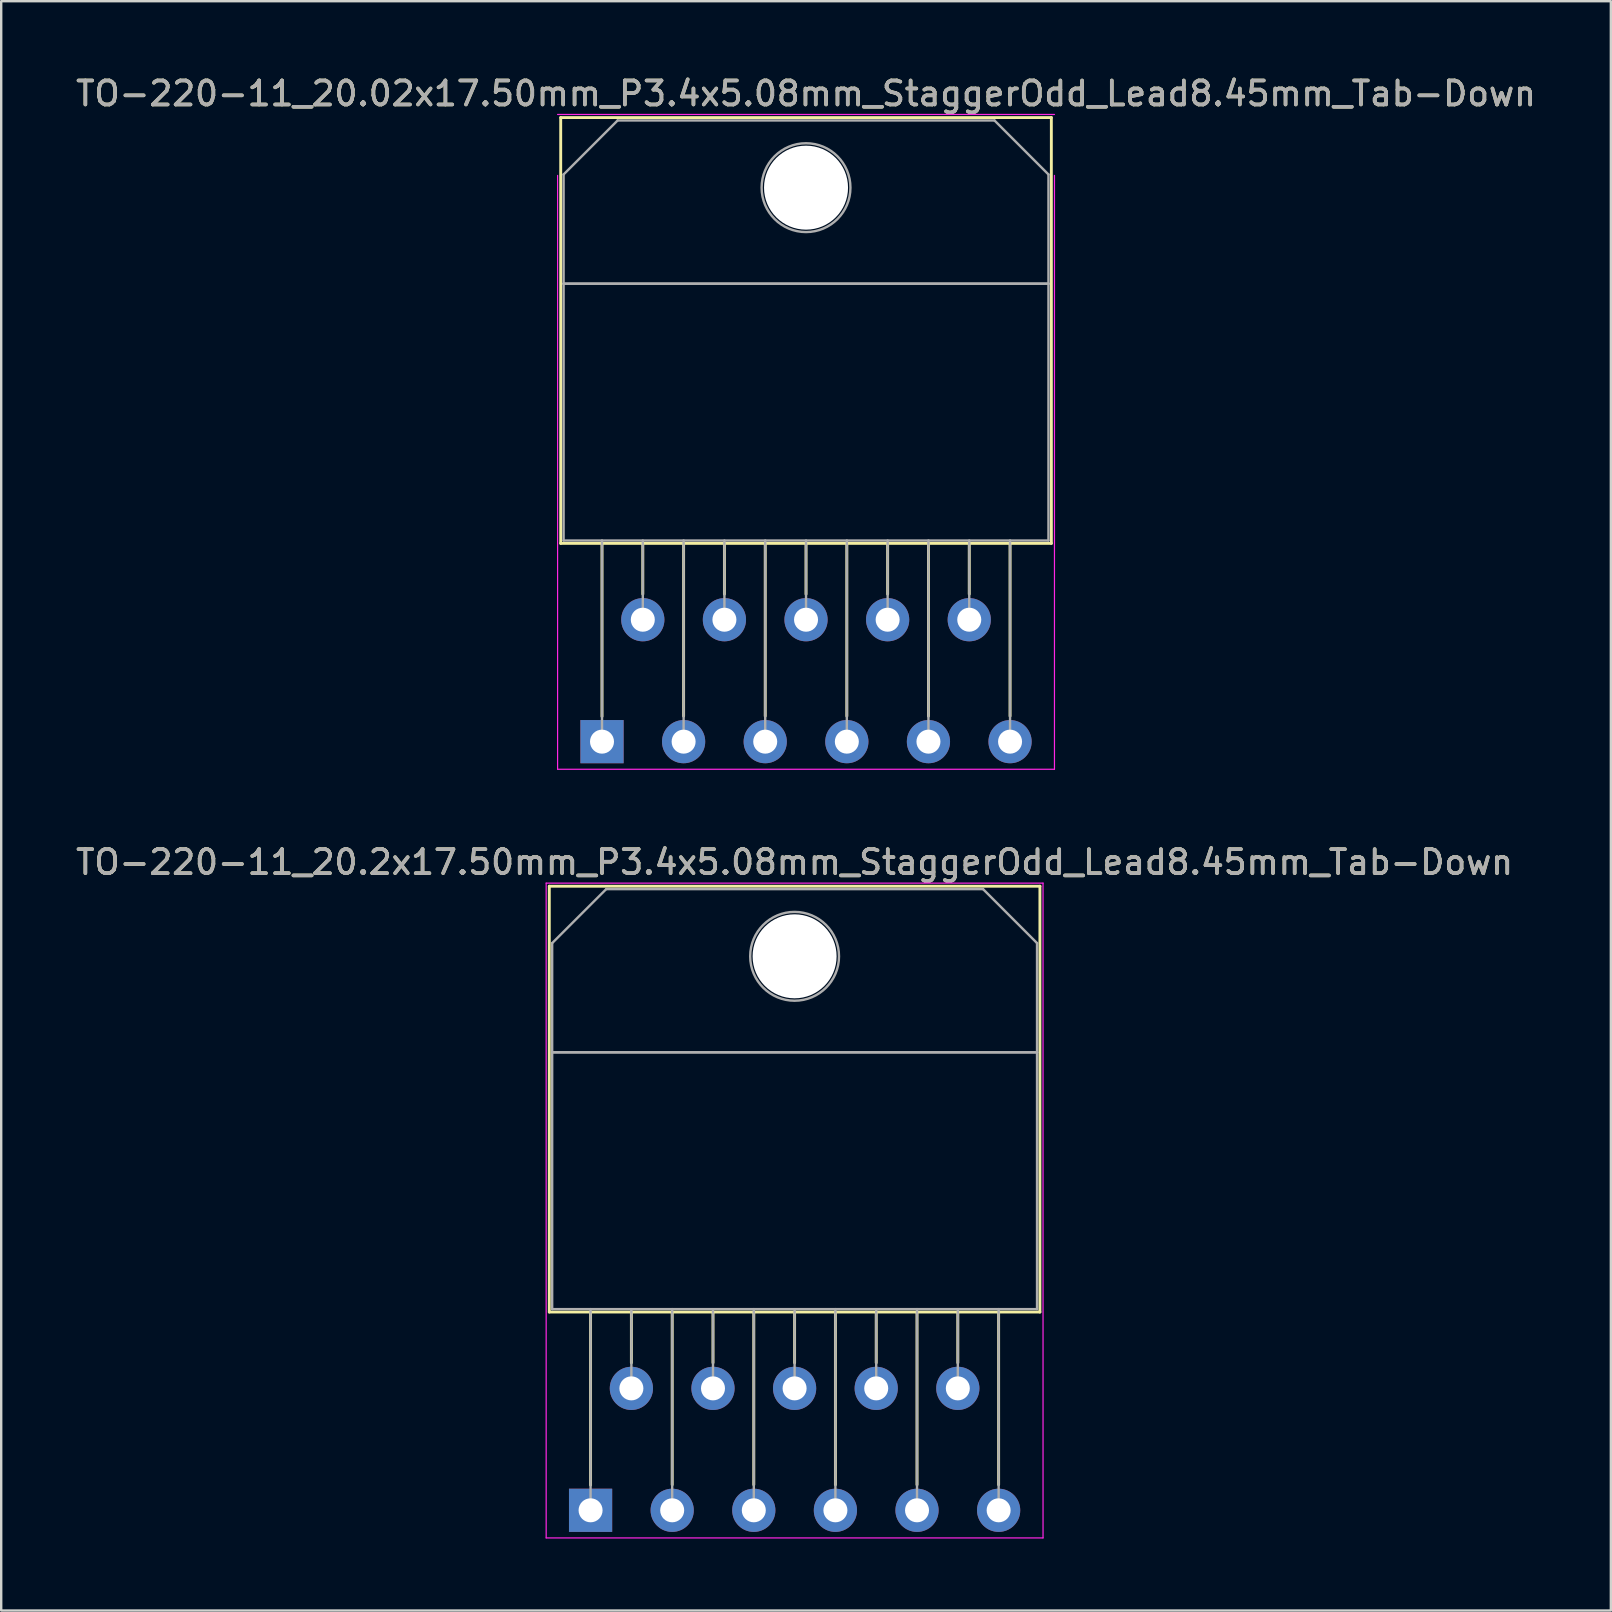
<source format=kicad_pcb>
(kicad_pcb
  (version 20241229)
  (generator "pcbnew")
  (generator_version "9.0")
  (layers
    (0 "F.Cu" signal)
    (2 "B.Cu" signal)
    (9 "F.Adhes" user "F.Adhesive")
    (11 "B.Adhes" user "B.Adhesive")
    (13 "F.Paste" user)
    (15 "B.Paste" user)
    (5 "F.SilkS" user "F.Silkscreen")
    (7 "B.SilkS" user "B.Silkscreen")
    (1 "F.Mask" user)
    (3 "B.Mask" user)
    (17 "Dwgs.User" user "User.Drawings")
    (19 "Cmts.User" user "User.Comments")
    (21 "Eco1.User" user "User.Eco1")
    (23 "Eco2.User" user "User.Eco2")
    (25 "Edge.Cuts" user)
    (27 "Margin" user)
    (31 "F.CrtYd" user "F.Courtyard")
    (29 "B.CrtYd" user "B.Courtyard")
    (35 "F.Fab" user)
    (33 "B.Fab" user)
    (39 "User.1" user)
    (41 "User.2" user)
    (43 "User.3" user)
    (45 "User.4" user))
  (footprint "TO-220-11_20.02x17.50mm_P3.4x5.08mm_StaggerOdd_Lead8.45mm_Tab-Down"
    (layer "F.Cu")
    (at 22.03 27.848)
    (property "Reference" "TO-220-11_20.02x17.50mm_P3.4x5.08mm_StaggerOdd_Lead8.45mm_Tab-Down" (at 8.5 -27 0) (layer "F.SilkS") (effects (font (size 1 1) (thickness 0.15))))
    (attr through_hole)
    (fp_line (start -1.72 -26) (end -1.72 -8.26) (stroke (width 0.12) (type solid)) (layer "F.SilkS"))
    (fp_line (start -1.72 -26) (end 18.72 -26) (stroke (width 0.12) (type solid)) (layer "F.SilkS"))
    (fp_line (start -1.72 -8.26) (end 18.72 -8.26) (stroke (width 0.12) (type solid)) (layer "F.SilkS"))
    (fp_line (start 0 -8.255) (end 0 -1.05) (stroke (width 0.12) (type solid)) (layer "F.SilkS"))
    (fp_line (start 1.7 -8.26) (end 1.7 -6.146) (stroke (width 0.12) (type solid)) (layer "F.SilkS"))
    (fp_line (start 3.4 -8.255) (end 3.4 -1.065) (stroke (width 0.12) (type solid)) (layer "F.SilkS"))
    (fp_line (start 5.1 -8.26) (end 5.1 -6.146) (stroke (width 0.12) (type solid)) (layer "F.SilkS"))
    (fp_line (start 6.8 -8.255) (end 6.8 -1.065) (stroke (width 0.12) (type solid)) (layer "F.SilkS"))
    (fp_line (start 8.5 -8.26) (end 8.5 -6.146) (stroke (width 0.12) (type solid)) (layer "F.SilkS"))
    (fp_line (start 10.2 -8.255) (end 10.2 -1.065) (stroke (width 0.12) (type solid)) (layer "F.SilkS"))
    (fp_line (start 11.9 -8.26) (end 11.9 -6.146) (stroke (width 0.12) (type solid)) (layer "F.SilkS"))
    (fp_line (start 13.6 -8.255) (end 13.6 -1.065) (stroke (width 0.12) (type solid)) (layer "F.SilkS"))
    (fp_line (start 15.3 -8.26) (end 15.3 -6.146) (stroke (width 0.12) (type solid)) (layer "F.SilkS"))
    (fp_line (start 17 -8.255) (end 17 -1.065) (stroke (width 0.12) (type solid)) (layer "F.SilkS"))
    (fp_line (start 18.72 -26) (end 18.72 -8.26) (stroke (width 0.12) (type solid)) (layer "F.SilkS"))
    (fp_line (start -1.85 -23.59) (end -1.85 1.15) (stroke (width 0.05) (type solid)) (layer "F.CrtYd"))
    (fp_line (start -1.85 1.15) (end 18.85 1.15) (stroke (width 0.05) (type solid)) (layer "F.CrtYd"))
    (fp_line (start 18.85 -26.13) (end -1.85 -26.13) (stroke (width 0.05) (type solid)) (layer "F.CrtYd"))
    (fp_line (start 18.85 1.15) (end 18.85 -23.59) (stroke (width 0.05) (type solid)) (layer "F.CrtYd"))
    (fp_line (start -1.6 -23.63) (end 0.651 -25.88) (stroke (width 0.1) (type solid)) (layer "F.Fab"))
    (fp_line (start -1.6 -19.08) (end -1.6 -23.63) (stroke (width 0.1) (type solid)) (layer "F.Fab"))
    (fp_line (start -1.6 -19.08) (end 18.6 -19.08) (stroke (width 0.1) (type solid)) (layer "F.Fab"))
    (fp_line (start -1.6 -8.38) (end -1.6 -19.08) (stroke (width 0.1) (type solid)) (layer "F.Fab"))
    (fp_line (start 0 -8.382) (end 0 0) (stroke (width 0.1) (type solid)) (layer "F.Fab"))
    (fp_line (start 0.651 -25.88) (end 16.351 -25.88) (stroke (width 0.1) (type solid)) (layer "F.Fab"))
    (fp_line (start 1.7 -8.38) (end 1.7 -5.08) (stroke (width 0.1) (type solid)) (layer "F.Fab"))
    (fp_line (start 3.4 -8.382) (end 3.4 0) (stroke (width 0.1) (type solid)) (layer "F.Fab"))
    (fp_line (start 5.1 -8.38) (end 5.1 -5.08) (stroke (width 0.1) (type solid)) (layer "F.Fab"))
    (fp_line (start 6.8 -8.382) (end 6.8 0) (stroke (width 0.1) (type solid)) (layer "F.Fab"))
    (fp_line (start 8.5 -8.38) (end 8.5 -5.08) (stroke (width 0.1) (type solid)) (layer "F.Fab"))
    (fp_line (start 10.2 -8.382) (end 10.2 0) (stroke (width 0.1) (type solid)) (layer "F.Fab"))
    (fp_line (start 11.9 -8.38) (end 11.9 -5.08) (stroke (width 0.1) (type solid)) (layer "F.Fab"))
    (fp_line (start 13.6 -8.382) (end 13.6 0) (stroke (width 0.1) (type solid)) (layer "F.Fab"))
    (fp_line (start 15.3 -8.38) (end 15.3 -5.08) (stroke (width 0.1) (type solid)) (layer "F.Fab"))
    (fp_line (start 16.351 -25.88) (end 18.6 -23.63) (stroke (width 0.1) (type solid)) (layer "F.Fab"))
    (fp_line (start 17 -8.382) (end 17 0) (stroke (width 0.1) (type solid)) (layer "F.Fab"))
    (fp_line (start 18.6 -23.63) (end 18.6 -19.08) (stroke (width 0.1) (type solid)) (layer "F.Fab"))
    (fp_line (start 18.6 -19.08) (end -1.6 -19.08) (stroke (width 0.1) (type solid)) (layer "F.Fab"))
    (fp_line (start 18.6 -19.08) (end 18.6 -8.38) (stroke (width 0.1) (type solid)) (layer "F.Fab"))
    (fp_line (start 18.6 -8.38) (end -1.6 -8.38) (stroke (width 0.1) (type solid)) (layer "F.Fab"))
    (fp_circle (center 8.5 -23.08) (end 10.35 -23.08) (stroke (width 0.1) (type solid)) (fill no) (layer "F.Fab"))
    (fp_text user "${REFERENCE}" (at 8.5 -27 0) (layer "F.Fab") (effects (font (size 1 1) (thickness 0.15))))
    (pad "" np_thru_hole oval (at 8.5 -23.08) (size 3.5 3.5) (drill 3.5) (layers "*.Cu" "*.Mask"))
    (pad "1" thru_hole rect (at 0 0) (size 1.8 1.8) (drill 1) (layers "*.Cu" "*.Mask"))
    (pad "2" thru_hole oval (at 1.7 -5.08) (size 1.8 1.8) (drill 1) (layers "*.Cu" "*.Mask"))
    (pad "3" thru_hole oval (at 3.4 0) (size 1.8 1.8) (drill 1) (layers "*.Cu" "*.Mask"))
    (pad "4" thru_hole oval (at 5.1 -5.08) (size 1.8 1.8) (drill 1) (layers "*.Cu" "*.Mask"))
    (pad "5" thru_hole oval (at 6.8 0) (size 1.8 1.8) (drill 1) (layers "*.Cu" "*.Mask"))
    (pad "6" thru_hole oval (at 8.5 -5.08) (size 1.8 1.8) (drill 1) (layers "*.Cu" "*.Mask"))
    (pad "7" thru_hole oval (at 10.2 0) (size 1.8 1.8) (drill 1) (layers "*.Cu" "*.Mask"))
    (pad "8" thru_hole oval (at 11.9 -5.08) (size 1.8 1.8) (drill 1) (layers "*.Cu" "*.Mask"))
    (pad "9" thru_hole oval (at 13.6 0) (size 1.8 1.8) (drill 1) (layers "*.Cu" "*.Mask"))
    (pad "10" thru_hole oval (at 15.3 -5.08) (size 1.8 1.8) (drill 1) (layers "*.Cu" "*.Mask"))
    (pad "11" thru_hole oval (at 17 0) (size 1.8 1.8) (drill 1) (layers "*.Cu" "*.Mask")))
  (footprint "TO-220-11_20.2x17.50mm_P3.4x5.08mm_StaggerOdd_Lead8.45mm_Tab-Down"
    (layer "F.Cu")
    (at 21.554 59.871)
    (property "Reference" "TO-220-11_20.2x17.50mm_P3.4x5.08mm_StaggerOdd_Lead8.45mm_Tab-Down" (at 8.5 -27 0) (layer "F.SilkS") (effects (font (size 1 1) (thickness 0.15))))
    (attr through_hole)
    (fp_line (start -1.72 -26) (end -1.72 -8.26) (stroke (width 0.12) (type solid)) (layer "F.SilkS"))
    (fp_line (start -1.72 -26) (end 18.72 -26) (stroke (width 0.12) (type solid)) (layer "F.SilkS"))
    (fp_line (start -1.72 -8.26) (end 18.72 -8.26) (stroke (width 0.12) (type solid)) (layer "F.SilkS"))
    (fp_line (start 0 -8.255) (end 0 -1.05) (stroke (width 0.12) (type solid)) (layer "F.SilkS"))
    (fp_line (start 1.7 -8.26) (end 1.7 -6.146) (stroke (width 0.12) (type solid)) (layer "F.SilkS"))
    (fp_line (start 3.4 -8.255) (end 3.4 -1.065) (stroke (width 0.12) (type solid)) (layer "F.SilkS"))
    (fp_line (start 5.1 -8.26) (end 5.1 -6.146) (stroke (width 0.12) (type solid)) (layer "F.SilkS"))
    (fp_line (start 6.8 -8.255) (end 6.8 -1.065) (stroke (width 0.12) (type solid)) (layer "F.SilkS"))
    (fp_line (start 8.5 -8.26) (end 8.5 -6.146) (stroke (width 0.12) (type solid)) (layer "F.SilkS"))
    (fp_line (start 10.2 -8.255) (end 10.2 -1.065) (stroke (width 0.12) (type solid)) (layer "F.SilkS"))
    (fp_line (start 11.9 -8.26) (end 11.9 -6.146) (stroke (width 0.12) (type solid)) (layer "F.SilkS"))
    (fp_line (start 13.6 -8.255) (end 13.6 -1.065) (stroke (width 0.12) (type solid)) (layer "F.SilkS"))
    (fp_line (start 15.3 -8.26) (end 15.3 -6.146) (stroke (width 0.12) (type solid)) (layer "F.SilkS"))
    (fp_line (start 17 -8.255) (end 17 -1.065) (stroke (width 0.12) (type solid)) (layer "F.SilkS"))
    (fp_line (start 18.72 -26) (end 18.72 -8.26) (stroke (width 0.12) (type solid)) (layer "F.SilkS"))
    (fp_line (start -1.85 -26.13) (end -1.85 1.15) (stroke (width 0.05) (type solid)) (layer "F.CrtYd"))
    (fp_line (start -1.85 1.15) (end 18.85 1.15) (stroke (width 0.05) (type solid)) (layer "F.CrtYd"))
    (fp_line (start 18.85 -26.13) (end -1.85 -26.13) (stroke (width 0.05) (type solid)) (layer "F.CrtYd"))
    (fp_line (start 18.85 1.15) (end 18.85 -26.13) (stroke (width 0.05) (type solid)) (layer "F.CrtYd"))
    (fp_line (start -1.6 -23.63) (end 0.651 -25.88) (stroke (width 0.1) (type solid)) (layer "F.Fab"))
    (fp_line (start -1.6 -19.08) (end -1.6 -23.63) (stroke (width 0.1) (type solid)) (layer "F.Fab"))
    (fp_line (start -1.6 -19.08) (end 18.6 -19.08) (stroke (width 0.1) (type solid)) (layer "F.Fab"))
    (fp_line (start -1.6 -8.38) (end -1.6 -19.08) (stroke (width 0.1) (type solid)) (layer "F.Fab"))
    (fp_line (start 0 -8.382) (end 0 0) (stroke (width 0.1) (type solid)) (layer "F.Fab"))
    (fp_line (start 0.651 -25.88) (end 16.351 -25.88) (stroke (width 0.1) (type solid)) (layer "F.Fab"))
    (fp_line (start 1.7 -8.38) (end 1.7 -5.08) (stroke (width 0.1) (type solid)) (layer "F.Fab"))
    (fp_line (start 3.4 -8.382) (end 3.4 0) (stroke (width 0.1) (type solid)) (layer "F.Fab"))
    (fp_line (start 5.1 -8.38) (end 5.1 -5.08) (stroke (width 0.1) (type solid)) (layer "F.Fab"))
    (fp_line (start 6.8 -8.382) (end 6.8 0) (stroke (width 0.1) (type solid)) (layer "F.Fab"))
    (fp_line (start 8.5 -8.38) (end 8.5 -5.08) (stroke (width 0.1) (type solid)) (layer "F.Fab"))
    (fp_line (start 10.2 -8.382) (end 10.2 0) (stroke (width 0.1) (type solid)) (layer "F.Fab"))
    (fp_line (start 11.9 -8.38) (end 11.9 -5.08) (stroke (width 0.1) (type solid)) (layer "F.Fab"))
    (fp_line (start 13.6 -8.382) (end 13.6 0) (stroke (width 0.1) (type solid)) (layer "F.Fab"))
    (fp_line (start 15.3 -8.38) (end 15.3 -5.08) (stroke (width 0.1) (type solid)) (layer "F.Fab"))
    (fp_line (start 16.351 -25.88) (end 18.6 -23.63) (stroke (width 0.1) (type solid)) (layer "F.Fab"))
    (fp_line (start 17 -8.382) (end 17 0) (stroke (width 0.1) (type solid)) (layer "F.Fab"))
    (fp_line (start 18.6 -23.63) (end 18.6 -19.08) (stroke (width 0.1) (type solid)) (layer "F.Fab"))
    (fp_line (start 18.6 -19.08) (end -1.6 -19.08) (stroke (width 0.1) (type solid)) (layer "F.Fab"))
    (fp_line (start 18.6 -19.08) (end 18.6 -8.38) (stroke (width 0.1) (type solid)) (layer "F.Fab"))
    (fp_line (start 18.6 -8.38) (end -1.6 -8.38) (stroke (width 0.1) (type solid)) (layer "F.Fab"))
    (fp_circle (center 8.5 -23.08) (end 10.35 -23.08) (stroke (width 0.1) (type solid)) (fill no) (layer "F.Fab"))
    (fp_text user "${REFERENCE}" (at 8.5 -27 0) (layer "F.Fab") (effects (font (size 1 1) (thickness 0.15))))
    (pad "" np_thru_hole oval (at 8.5 -23.08) (size 3.5 3.5) (drill 3.5) (layers "*.Cu" "*.Mask"))
    (pad "1" thru_hole rect (at 0 0) (size 1.8 1.8) (drill 1) (layers "*.Cu" "*.Mask"))
    (pad "2" thru_hole oval (at 1.7 -5.08) (size 1.8 1.8) (drill 1) (layers "*.Cu" "*.Mask"))
    (pad "3" thru_hole oval (at 3.4 0) (size 1.8 1.8) (drill 1) (layers "*.Cu" "*.Mask"))
    (pad "4" thru_hole oval (at 5.1 -5.08) (size 1.8 1.8) (drill 1) (layers "*.Cu" "*.Mask"))
    (pad "5" thru_hole oval (at 6.8 0) (size 1.8 1.8) (drill 1) (layers "*.Cu" "*.Mask"))
    (pad "6" thru_hole oval (at 8.5 -5.08) (size 1.8 1.8) (drill 1) (layers "*.Cu" "*.Mask"))
    (pad "7" thru_hole oval (at 10.2 0) (size 1.8 1.8) (drill 1) (layers "*.Cu" "*.Mask"))
    (pad "8" thru_hole oval (at 11.9 -5.08) (size 1.8 1.8) (drill 1) (layers "*.Cu" "*.Mask"))
    (pad "9" thru_hole oval (at 13.6 0) (size 1.8 1.8) (drill 1) (layers "*.Cu" "*.Mask"))
    (pad "10" thru_hole oval (at 15.3 -5.08) (size 1.8 1.8) (drill 1) (layers "*.Cu" "*.Mask"))
    (pad "11" thru_hole oval (at 17 0) (size 1.8 1.8) (drill 1) (layers "*.Cu" "*.Mask")))
  (gr_rect
    (start -3 -3)
    (end 64.06 64.046)
    (stroke (width 0.1) (type default))
    (fill no)
    (layer "Edge.Cuts")))
</source>
